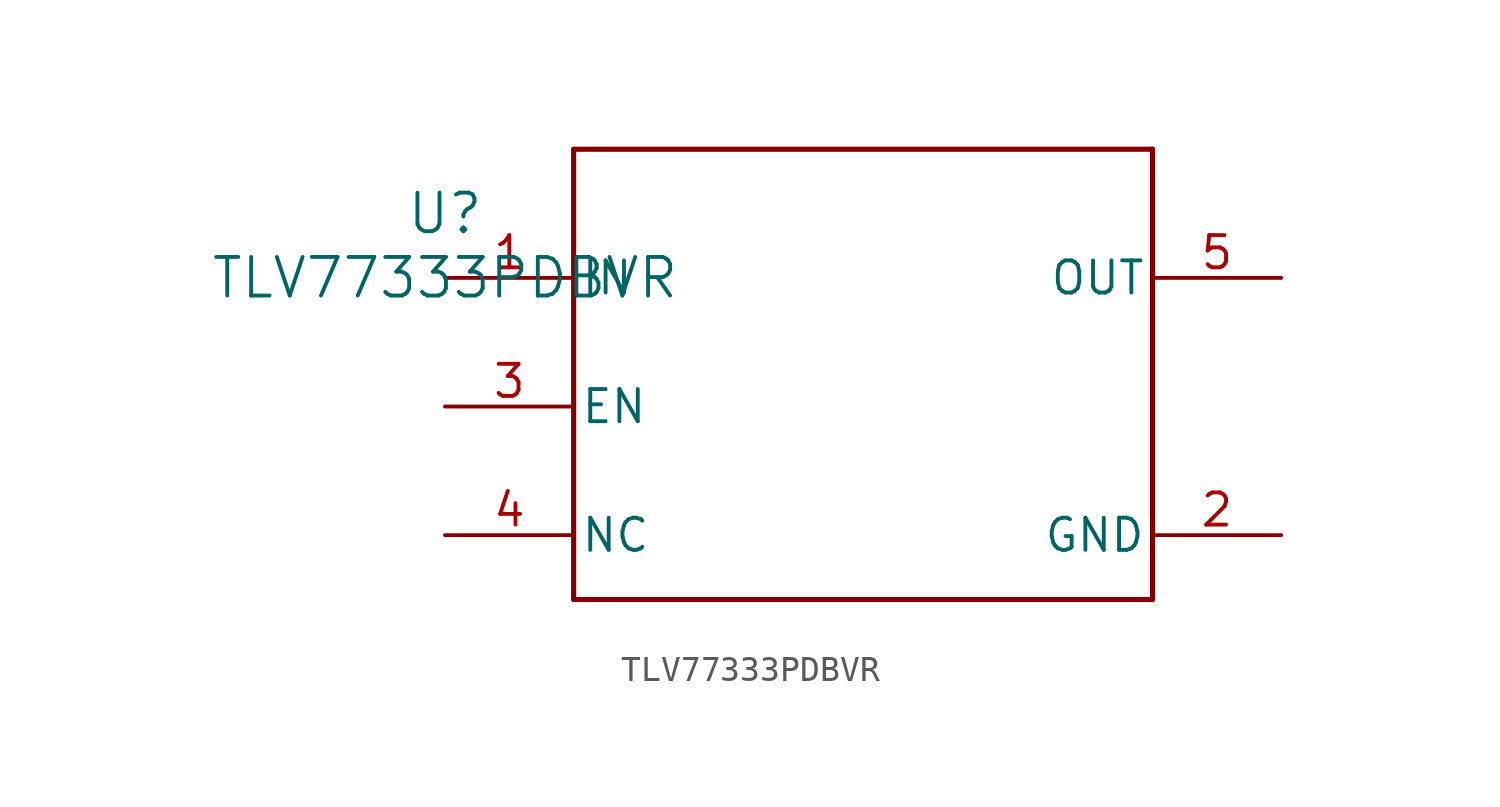
<source format=kicad_sym>
(kicad_symbol_lib
  (version 20241209)
  (generator "kicad_symbol_editor")
  (generator_version "9.0")
  (symbol "TLV77333PDBVR"
    (pin_names
      (offset 0.254))
    (property "Reference" "U"
      (at 0 2.54 0)
      (effects (font (size 1.524 1.524))))
    (property "Value" "TLV77333PDBVR"
      (at 0 0 0)
      (effects (font (size 1.524 1.524))))
    (property "ki_locked" ""
      (at 0 0 0)
      (effects (font (size 1.27 1.27))))
    (symbol "TLV77333PDBVR_0_1"
      (polyline (pts (xy 5.08 5.08) (xy 5.08 -12.7)) (stroke (width 0.203) (type default)) (fill (type none)))
      (polyline (pts (xy 5.08 -12.7) (xy 27.94 -12.7)) (stroke (width 0.203) (type default)) (fill (type none)))
      (polyline (pts (xy 27.94 5.08) (xy 5.08 5.08)) (stroke (width 0.203) (type default)) (fill (type none)))
      (polyline (pts (xy 27.94 -12.7) (xy 27.94 5.08)) (stroke (width 0.203) (type default)) (fill (type none)))
      (pin power_in line (at 0 0 0) (length 5.08) (name "IN" (effects (font (size 1.27 1.27)))) (number "1" (effects (font (size 1.27 1.27)))))
      (pin input line (at 0 -5.08 0) (length 5.08) (name "EN" (effects (font (size 1.27 1.27)))) (number "3" (effects (font (size 1.27 1.27)))))
      (pin power_in line (at 33.02 -10.16 180) (length 5.08) (name "GND" (effects (font (size 1.27 1.27)))) (number "2" (effects (font (size 1.27 1.27))))))
    (symbol "TLV77333PDBVR_1_1"
      (pin power_in line (at 0 -10.16 0) (length 5.08) (name "NC" (effects (font (size 1.27 1.27)))) (number "4" (effects (font (size 1.27 1.27)))))
      (pin power_out line (at 33.02 0 180) (length 5.08) (name "OUT" (effects (font (size 1.27 1.27)))) (number "5" (effects (font (size 1.27 1.27))))))))
</source>
